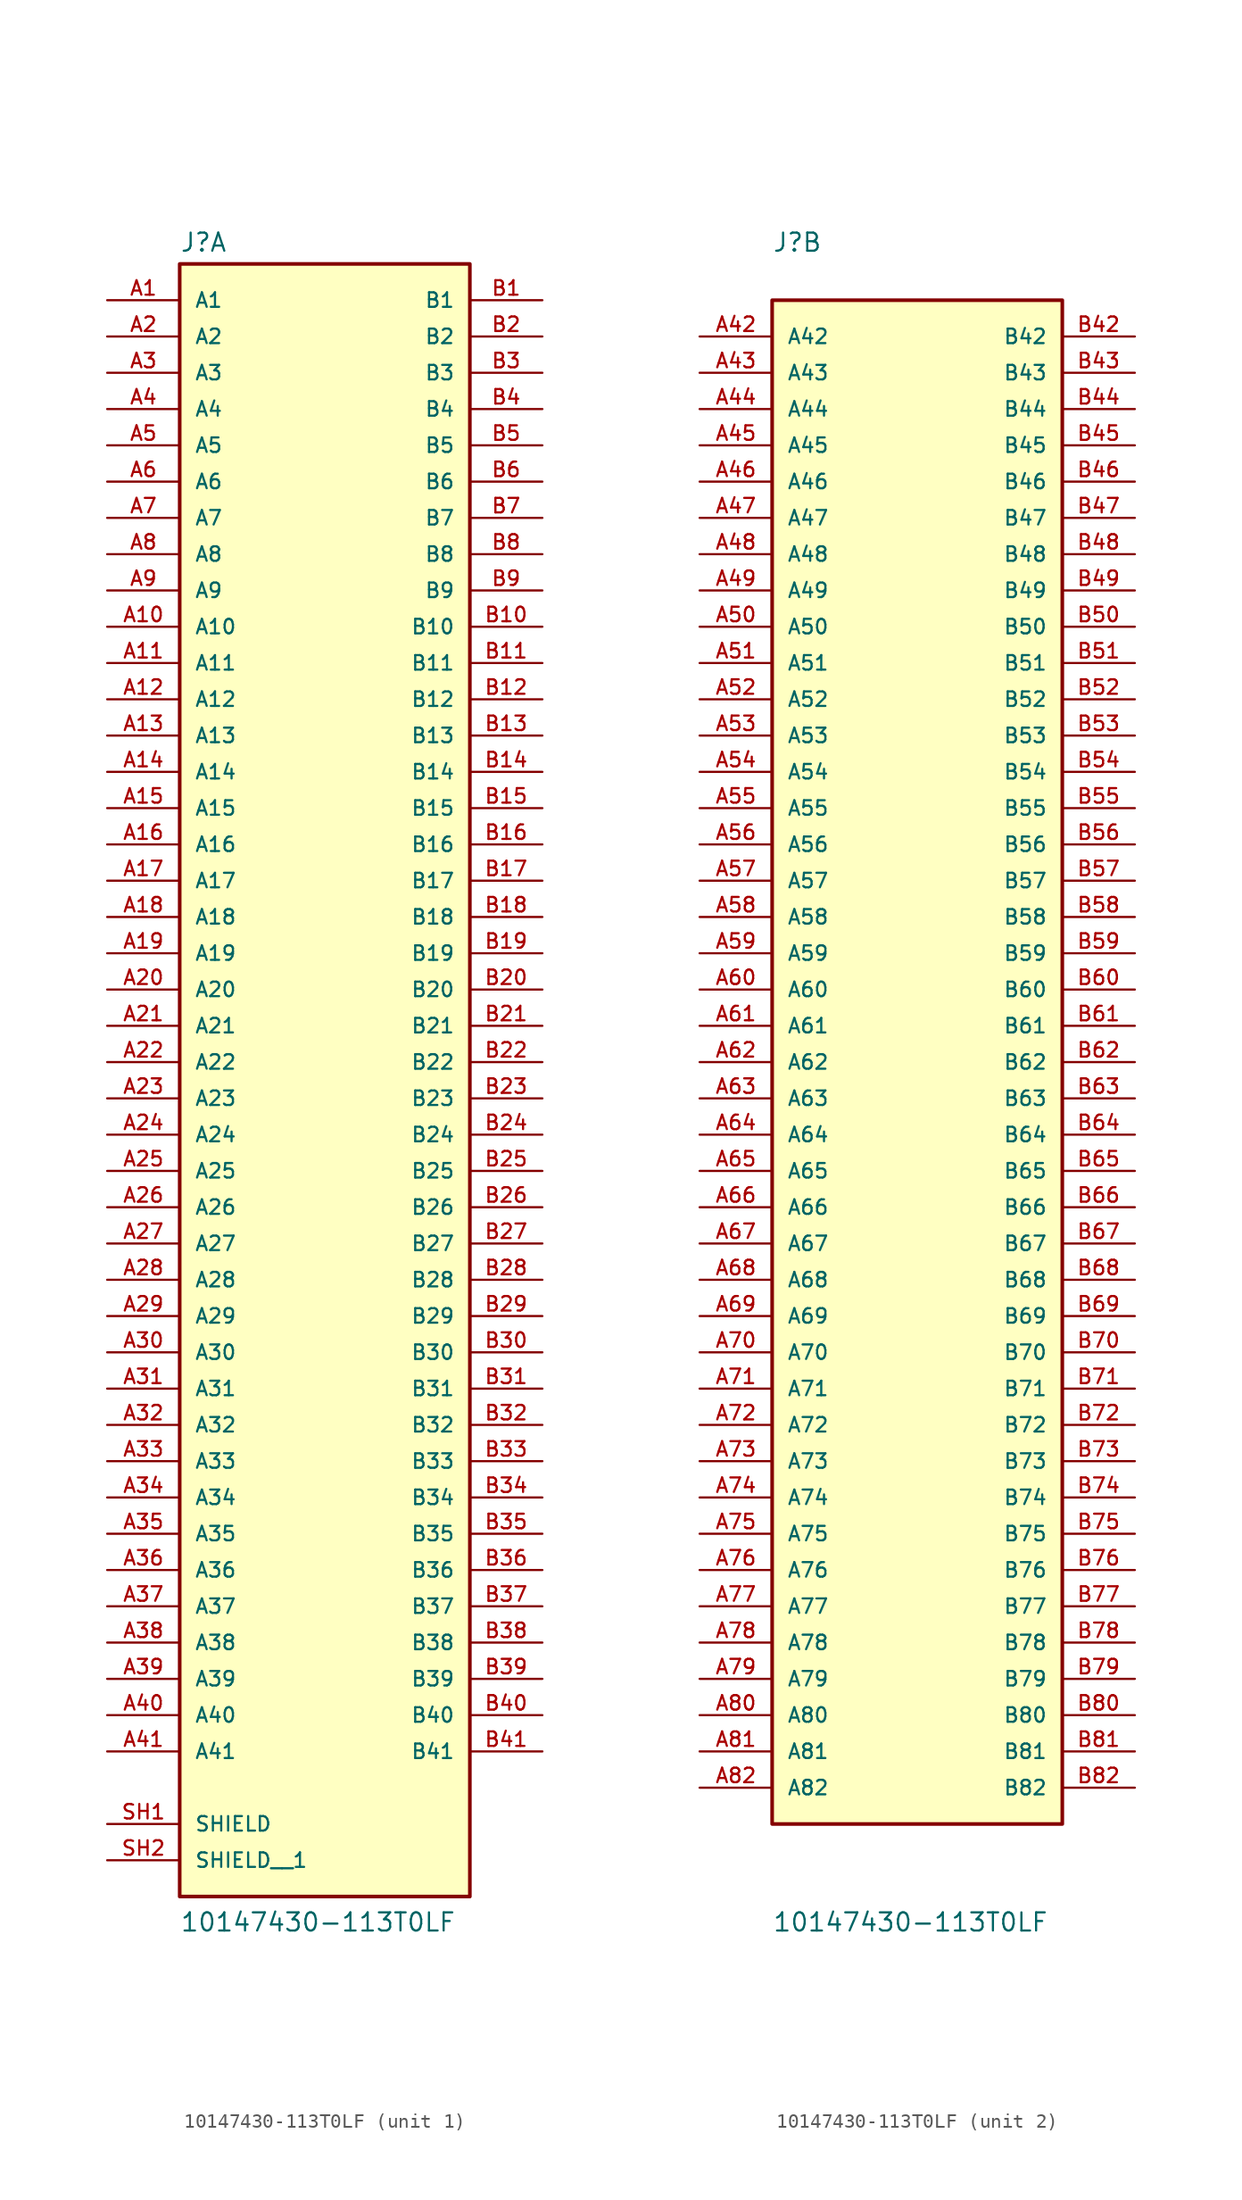
<source format=kicad_sym>
(kicad_symbol_lib
  (version 20231120)
  (generator "kicad_symbol_editor")
  (generator_version "8.0")
  (symbol "10147430-113T0LF"
    (pin_names
      (offset 1.016))
    (property "Reference" "J"
      (at -10.16 56.642 0)
      (effects (font (size 1.27 1.27)) (justify left bottom)))
    (property "Value" "10147430-113T0LF"
      (at -10.16 -60.96 0)
      (effects (font (size 1.27 1.27)) (justify left bottom)))
    (symbol "10147430-113T0LF_1_0"
      (rectangle (start -10.16 55.88) (end 10.16 -58.42) (stroke (width 0.254) (type default)) (fill (type background)))
      (pin passive line (at -15.24 53.34 0) (length 5.08) (name "A1" (effects (font (size 1.016 1.016)))) (number "A1" (effects (font (size 1.016 1.016)))))
      (pin passive line (at -15.24 30.48 0) (length 5.08) (name "A10" (effects (font (size 1.016 1.016)))) (number "A10" (effects (font (size 1.016 1.016)))))
      (pin passive line (at -15.24 27.94 0) (length 5.08) (name "A11" (effects (font (size 1.016 1.016)))) (number "A11" (effects (font (size 1.016 1.016)))))
      (pin passive line (at -15.24 25.4 0) (length 5.08) (name "A12" (effects (font (size 1.016 1.016)))) (number "A12" (effects (font (size 1.016 1.016)))))
      (pin passive line (at -15.24 22.86 0) (length 5.08) (name "A13" (effects (font (size 1.016 1.016)))) (number "A13" (effects (font (size 1.016 1.016)))))
      (pin passive line (at -15.24 20.32 0) (length 5.08) (name "A14" (effects (font (size 1.016 1.016)))) (number "A14" (effects (font (size 1.016 1.016)))))
      (pin passive line (at -15.24 17.78 0) (length 5.08) (name "A15" (effects (font (size 1.016 1.016)))) (number "A15" (effects (font (size 1.016 1.016)))))
      (pin passive line (at -15.24 15.24 0) (length 5.08) (name "A16" (effects (font (size 1.016 1.016)))) (number "A16" (effects (font (size 1.016 1.016)))))
      (pin passive line (at -15.24 12.7 0) (length 5.08) (name "A17" (effects (font (size 1.016 1.016)))) (number "A17" (effects (font (size 1.016 1.016)))))
      (pin passive line (at -15.24 10.16 0) (length 5.08) (name "A18" (effects (font (size 1.016 1.016)))) (number "A18" (effects (font (size 1.016 1.016)))))
      (pin passive line (at -15.24 7.62 0) (length 5.08) (name "A19" (effects (font (size 1.016 1.016)))) (number "A19" (effects (font (size 1.016 1.016)))))
      (pin passive line (at -15.24 50.8 0) (length 5.08) (name "A2" (effects (font (size 1.016 1.016)))) (number "A2" (effects (font (size 1.016 1.016)))))
      (pin passive line (at -15.24 5.08 0) (length 5.08) (name "A20" (effects (font (size 1.016 1.016)))) (number "A20" (effects (font (size 1.016 1.016)))))
      (pin passive line (at -15.24 2.54 0) (length 5.08) (name "A21" (effects (font (size 1.016 1.016)))) (number "A21" (effects (font (size 1.016 1.016)))))
      (pin passive line (at -15.24 0 0) (length 5.08) (name "A22" (effects (font (size 1.016 1.016)))) (number "A22" (effects (font (size 1.016 1.016)))))
      (pin passive line (at -15.24 -2.54 0) (length 5.08) (name "A23" (effects (font (size 1.016 1.016)))) (number "A23" (effects (font (size 1.016 1.016)))))
      (pin passive line (at -15.24 -5.08 0) (length 5.08) (name "A24" (effects (font (size 1.016 1.016)))) (number "A24" (effects (font (size 1.016 1.016)))))
      (pin passive line (at -15.24 -7.62 0) (length 5.08) (name "A25" (effects (font (size 1.016 1.016)))) (number "A25" (effects (font (size 1.016 1.016)))))
      (pin passive line (at -15.24 -10.16 0) (length 5.08) (name "A26" (effects (font (size 1.016 1.016)))) (number "A26" (effects (font (size 1.016 1.016)))))
      (pin passive line (at -15.24 -12.7 0) (length 5.08) (name "A27" (effects (font (size 1.016 1.016)))) (number "A27" (effects (font (size 1.016 1.016)))))
      (pin passive line (at -15.24 -15.24 0) (length 5.08) (name "A28" (effects (font (size 1.016 1.016)))) (number "A28" (effects (font (size 1.016 1.016)))))
      (pin passive line (at -15.24 -17.78 0) (length 5.08) (name "A29" (effects (font (size 1.016 1.016)))) (number "A29" (effects (font (size 1.016 1.016)))))
      (pin passive line (at -15.24 48.26 0) (length 5.08) (name "A3" (effects (font (size 1.016 1.016)))) (number "A3" (effects (font (size 1.016 1.016)))))
      (pin passive line (at -15.24 -20.32 0) (length 5.08) (name "A30" (effects (font (size 1.016 1.016)))) (number "A30" (effects (font (size 1.016 1.016)))))
      (pin passive line (at -15.24 -22.86 0) (length 5.08) (name "A31" (effects (font (size 1.016 1.016)))) (number "A31" (effects (font (size 1.016 1.016)))))
      (pin passive line (at -15.24 -25.4 0) (length 5.08) (name "A32" (effects (font (size 1.016 1.016)))) (number "A32" (effects (font (size 1.016 1.016)))))
      (pin passive line (at -15.24 -27.94 0) (length 5.08) (name "A33" (effects (font (size 1.016 1.016)))) (number "A33" (effects (font (size 1.016 1.016)))))
      (pin passive line (at -15.24 -30.48 0) (length 5.08) (name "A34" (effects (font (size 1.016 1.016)))) (number "A34" (effects (font (size 1.016 1.016)))))
      (pin passive line (at -15.24 -33.02 0) (length 5.08) (name "A35" (effects (font (size 1.016 1.016)))) (number "A35" (effects (font (size 1.016 1.016)))))
      (pin passive line (at -15.24 -35.56 0) (length 5.08) (name "A36" (effects (font (size 1.016 1.016)))) (number "A36" (effects (font (size 1.016 1.016)))))
      (pin passive line (at -15.24 -38.1 0) (length 5.08) (name "A37" (effects (font (size 1.016 1.016)))) (number "A37" (effects (font (size 1.016 1.016)))))
      (pin passive line (at -15.24 -40.64 0) (length 5.08) (name "A38" (effects (font (size 1.016 1.016)))) (number "A38" (effects (font (size 1.016 1.016)))))
      (pin passive line (at -15.24 -43.18 0) (length 5.08) (name "A39" (effects (font (size 1.016 1.016)))) (number "A39" (effects (font (size 1.016 1.016)))))
      (pin passive line (at -15.24 45.72 0) (length 5.08) (name "A4" (effects (font (size 1.016 1.016)))) (number "A4" (effects (font (size 1.016 1.016)))))
      (pin passive line (at -15.24 -45.72 0) (length 5.08) (name "A40" (effects (font (size 1.016 1.016)))) (number "A40" (effects (font (size 1.016 1.016)))))
      (pin passive line (at -15.24 -48.26 0) (length 5.08) (name "A41" (effects (font (size 1.016 1.016)))) (number "A41" (effects (font (size 1.016 1.016)))))
      (pin passive line (at -15.24 43.18 0) (length 5.08) (name "A5" (effects (font (size 1.016 1.016)))) (number "A5" (effects (font (size 1.016 1.016)))))
      (pin passive line (at -15.24 40.64 0) (length 5.08) (name "A6" (effects (font (size 1.016 1.016)))) (number "A6" (effects (font (size 1.016 1.016)))))
      (pin passive line (at -15.24 38.1 0) (length 5.08) (name "A7" (effects (font (size 1.016 1.016)))) (number "A7" (effects (font (size 1.016 1.016)))))
      (pin passive line (at -15.24 35.56 0) (length 5.08) (name "A8" (effects (font (size 1.016 1.016)))) (number "A8" (effects (font (size 1.016 1.016)))))
      (pin passive line (at -15.24 33.02 0) (length 5.08) (name "A9" (effects (font (size 1.016 1.016)))) (number "A9" (effects (font (size 1.016 1.016)))))
      (pin passive line (at 15.24 53.34 180) (length 5.08) (name "B1" (effects (font (size 1.016 1.016)))) (number "B1" (effects (font (size 1.016 1.016)))))
      (pin passive line (at 15.24 30.48 180) (length 5.08) (name "B10" (effects (font (size 1.016 1.016)))) (number "B10" (effects (font (size 1.016 1.016)))))
      (pin passive line (at 15.24 27.94 180) (length 5.08) (name "B11" (effects (font (size 1.016 1.016)))) (number "B11" (effects (font (size 1.016 1.016)))))
      (pin passive line (at 15.24 25.4 180) (length 5.08) (name "B12" (effects (font (size 1.016 1.016)))) (number "B12" (effects (font (size 1.016 1.016)))))
      (pin passive line (at 15.24 22.86 180) (length 5.08) (name "B13" (effects (font (size 1.016 1.016)))) (number "B13" (effects (font (size 1.016 1.016)))))
      (pin passive line (at 15.24 20.32 180) (length 5.08) (name "B14" (effects (font (size 1.016 1.016)))) (number "B14" (effects (font (size 1.016 1.016)))))
      (pin passive line (at 15.24 17.78 180) (length 5.08) (name "B15" (effects (font (size 1.016 1.016)))) (number "B15" (effects (font (size 1.016 1.016)))))
      (pin passive line (at 15.24 15.24 180) (length 5.08) (name "B16" (effects (font (size 1.016 1.016)))) (number "B16" (effects (font (size 1.016 1.016)))))
      (pin passive line (at 15.24 12.7 180) (length 5.08) (name "B17" (effects (font (size 1.016 1.016)))) (number "B17" (effects (font (size 1.016 1.016)))))
      (pin passive line (at 15.24 10.16 180) (length 5.08) (name "B18" (effects (font (size 1.016 1.016)))) (number "B18" (effects (font (size 1.016 1.016)))))
      (pin passive line (at 15.24 7.62 180) (length 5.08) (name "B19" (effects (font (size 1.016 1.016)))) (number "B19" (effects (font (size 1.016 1.016)))))
      (pin passive line (at 15.24 50.8 180) (length 5.08) (name "B2" (effects (font (size 1.016 1.016)))) (number "B2" (effects (font (size 1.016 1.016)))))
      (pin passive line (at 15.24 5.08 180) (length 5.08) (name "B20" (effects (font (size 1.016 1.016)))) (number "B20" (effects (font (size 1.016 1.016)))))
      (pin passive line (at 15.24 2.54 180) (length 5.08) (name "B21" (effects (font (size 1.016 1.016)))) (number "B21" (effects (font (size 1.016 1.016)))))
      (pin passive line (at 15.24 0 180) (length 5.08) (name "B22" (effects (font (size 1.016 1.016)))) (number "B22" (effects (font (size 1.016 1.016)))))
      (pin passive line (at 15.24 -2.54 180) (length 5.08) (name "B23" (effects (font (size 1.016 1.016)))) (number "B23" (effects (font (size 1.016 1.016)))))
      (pin passive line (at 15.24 -5.08 180) (length 5.08) (name "B24" (effects (font (size 1.016 1.016)))) (number "B24" (effects (font (size 1.016 1.016)))))
      (pin passive line (at 15.24 -7.62 180) (length 5.08) (name "B25" (effects (font (size 1.016 1.016)))) (number "B25" (effects (font (size 1.016 1.016)))))
      (pin passive line (at 15.24 -10.16 180) (length 5.08) (name "B26" (effects (font (size 1.016 1.016)))) (number "B26" (effects (font (size 1.016 1.016)))))
      (pin passive line (at 15.24 -12.7 180) (length 5.08) (name "B27" (effects (font (size 1.016 1.016)))) (number "B27" (effects (font (size 1.016 1.016)))))
      (pin passive line (at 15.24 -15.24 180) (length 5.08) (name "B28" (effects (font (size 1.016 1.016)))) (number "B28" (effects (font (size 1.016 1.016)))))
      (pin passive line (at 15.24 -17.78 180) (length 5.08) (name "B29" (effects (font (size 1.016 1.016)))) (number "B29" (effects (font (size 1.016 1.016)))))
      (pin passive line (at 15.24 48.26 180) (length 5.08) (name "B3" (effects (font (size 1.016 1.016)))) (number "B3" (effects (font (size 1.016 1.016)))))
      (pin passive line (at 15.24 -20.32 180) (length 5.08) (name "B30" (effects (font (size 1.016 1.016)))) (number "B30" (effects (font (size 1.016 1.016)))))
      (pin passive line (at 15.24 -22.86 180) (length 5.08) (name "B31" (effects (font (size 1.016 1.016)))) (number "B31" (effects (font (size 1.016 1.016)))))
      (pin passive line (at 15.24 -25.4 180) (length 5.08) (name "B32" (effects (font (size 1.016 1.016)))) (number "B32" (effects (font (size 1.016 1.016)))))
      (pin passive line (at 15.24 -27.94 180) (length 5.08) (name "B33" (effects (font (size 1.016 1.016)))) (number "B33" (effects (font (size 1.016 1.016)))))
      (pin passive line (at 15.24 -30.48 180) (length 5.08) (name "B34" (effects (font (size 1.016 1.016)))) (number "B34" (effects (font (size 1.016 1.016)))))
      (pin passive line (at 15.24 -33.02 180) (length 5.08) (name "B35" (effects (font (size 1.016 1.016)))) (number "B35" (effects (font (size 1.016 1.016)))))
      (pin passive line (at 15.24 -35.56 180) (length 5.08) (name "B36" (effects (font (size 1.016 1.016)))) (number "B36" (effects (font (size 1.016 1.016)))))
      (pin passive line (at 15.24 -38.1 180) (length 5.08) (name "B37" (effects (font (size 1.016 1.016)))) (number "B37" (effects (font (size 1.016 1.016)))))
      (pin passive line (at 15.24 -40.64 180) (length 5.08) (name "B38" (effects (font (size 1.016 1.016)))) (number "B38" (effects (font (size 1.016 1.016)))))
      (pin passive line (at 15.24 -43.18 180) (length 5.08) (name "B39" (effects (font (size 1.016 1.016)))) (number "B39" (effects (font (size 1.016 1.016)))))
      (pin passive line (at 15.24 45.72 180) (length 5.08) (name "B4" (effects (font (size 1.016 1.016)))) (number "B4" (effects (font (size 1.016 1.016)))))
      (pin passive line (at 15.24 -45.72 180) (length 5.08) (name "B40" (effects (font (size 1.016 1.016)))) (number "B40" (effects (font (size 1.016 1.016)))))
      (pin passive line (at 15.24 -48.26 180) (length 5.08) (name "B41" (effects (font (size 1.016 1.016)))) (number "B41" (effects (font (size 1.016 1.016)))))
      (pin passive line (at 15.24 43.18 180) (length 5.08) (name "B5" (effects (font (size 1.016 1.016)))) (number "B5" (effects (font (size 1.016 1.016)))))
      (pin passive line (at 15.24 40.64 180) (length 5.08) (name "B6" (effects (font (size 1.016 1.016)))) (number "B6" (effects (font (size 1.016 1.016)))))
      (pin passive line (at 15.24 38.1 180) (length 5.08) (name "B7" (effects (font (size 1.016 1.016)))) (number "B7" (effects (font (size 1.016 1.016)))))
      (pin passive line (at 15.24 35.56 180) (length 5.08) (name "B8" (effects (font (size 1.016 1.016)))) (number "B8" (effects (font (size 1.016 1.016)))))
      (pin passive line (at 15.24 33.02 180) (length 5.08) (name "B9" (effects (font (size 1.016 1.016)))) (number "B9" (effects (font (size 1.016 1.016)))))
      (pin passive line (at -15.24 -53.34 0) (length 5.08) (name "SHIELD" (effects (font (size 1.016 1.016)))) (number "SH1" (effects (font (size 1.016 1.016)))))
      (pin passive line (at -15.24 -55.88 0) (length 5.08) (name "SHIELD__1" (effects (font (size 1.016 1.016)))) (number "SH2" (effects (font (size 1.016 1.016))))))
    (symbol "10147430-113T0LF_2_0"
      (rectangle (start -10.16 -53.34) (end 10.16 53.34) (stroke (width 0.254) (type default)) (fill (type background)))
      (pin passive line (at -15.24 50.8 0) (length 5.08) (name "A42" (effects (font (size 1.016 1.016)))) (number "A42" (effects (font (size 1.016 1.016)))))
      (pin passive line (at -15.24 48.26 0) (length 5.08) (name "A43" (effects (font (size 1.016 1.016)))) (number "A43" (effects (font (size 1.016 1.016)))))
      (pin passive line (at -15.24 45.72 0) (length 5.08) (name "A44" (effects (font (size 1.016 1.016)))) (number "A44" (effects (font (size 1.016 1.016)))))
      (pin passive line (at -15.24 43.18 0) (length 5.08) (name "A45" (effects (font (size 1.016 1.016)))) (number "A45" (effects (font (size 1.016 1.016)))))
      (pin passive line (at -15.24 40.64 0) (length 5.08) (name "A46" (effects (font (size 1.016 1.016)))) (number "A46" (effects (font (size 1.016 1.016)))))
      (pin passive line (at -15.24 38.1 0) (length 5.08) (name "A47" (effects (font (size 1.016 1.016)))) (number "A47" (effects (font (size 1.016 1.016)))))
      (pin passive line (at -15.24 35.56 0) (length 5.08) (name "A48" (effects (font (size 1.016 1.016)))) (number "A48" (effects (font (size 1.016 1.016)))))
      (pin passive line (at -15.24 33.02 0) (length 5.08) (name "A49" (effects (font (size 1.016 1.016)))) (number "A49" (effects (font (size 1.016 1.016)))))
      (pin passive line (at -15.24 30.48 0) (length 5.08) (name "A50" (effects (font (size 1.016 1.016)))) (number "A50" (effects (font (size 1.016 1.016)))))
      (pin passive line (at -15.24 27.94 0) (length 5.08) (name "A51" (effects (font (size 1.016 1.016)))) (number "A51" (effects (font (size 1.016 1.016)))))
      (pin passive line (at -15.24 25.4 0) (length 5.08) (name "A52" (effects (font (size 1.016 1.016)))) (number "A52" (effects (font (size 1.016 1.016)))))
      (pin passive line (at -15.24 22.86 0) (length 5.08) (name "A53" (effects (font (size 1.016 1.016)))) (number "A53" (effects (font (size 1.016 1.016)))))
      (pin passive line (at -15.24 20.32 0) (length 5.08) (name "A54" (effects (font (size 1.016 1.016)))) (number "A54" (effects (font (size 1.016 1.016)))))
      (pin passive line (at -15.24 17.78 0) (length 5.08) (name "A55" (effects (font (size 1.016 1.016)))) (number "A55" (effects (font (size 1.016 1.016)))))
      (pin passive line (at -15.24 15.24 0) (length 5.08) (name "A56" (effects (font (size 1.016 1.016)))) (number "A56" (effects (font (size 1.016 1.016)))))
      (pin passive line (at -15.24 12.7 0) (length 5.08) (name "A57" (effects (font (size 1.016 1.016)))) (number "A57" (effects (font (size 1.016 1.016)))))
      (pin passive line (at -15.24 10.16 0) (length 5.08) (name "A58" (effects (font (size 1.016 1.016)))) (number "A58" (effects (font (size 1.016 1.016)))))
      (pin passive line (at -15.24 7.62 0) (length 5.08) (name "A59" (effects (font (size 1.016 1.016)))) (number "A59" (effects (font (size 1.016 1.016)))))
      (pin passive line (at -15.24 5.08 0) (length 5.08) (name "A60" (effects (font (size 1.016 1.016)))) (number "A60" (effects (font (size 1.016 1.016)))))
      (pin passive line (at -15.24 2.54 0) (length 5.08) (name "A61" (effects (font (size 1.016 1.016)))) (number "A61" (effects (font (size 1.016 1.016)))))
      (pin passive line (at -15.24 0 0) (length 5.08) (name "A62" (effects (font (size 1.016 1.016)))) (number "A62" (effects (font (size 1.016 1.016)))))
      (pin passive line (at -15.24 -2.54 0) (length 5.08) (name "A63" (effects (font (size 1.016 1.016)))) (number "A63" (effects (font (size 1.016 1.016)))))
      (pin passive line (at -15.24 -5.08 0) (length 5.08) (name "A64" (effects (font (size 1.016 1.016)))) (number "A64" (effects (font (size 1.016 1.016)))))
      (pin passive line (at -15.24 -7.62 0) (length 5.08) (name "A65" (effects (font (size 1.016 1.016)))) (number "A65" (effects (font (size 1.016 1.016)))))
      (pin passive line (at -15.24 -10.16 0) (length 5.08) (name "A66" (effects (font (size 1.016 1.016)))) (number "A66" (effects (font (size 1.016 1.016)))))
      (pin passive line (at -15.24 -12.7 0) (length 5.08) (name "A67" (effects (font (size 1.016 1.016)))) (number "A67" (effects (font (size 1.016 1.016)))))
      (pin passive line (at -15.24 -15.24 0) (length 5.08) (name "A68" (effects (font (size 1.016 1.016)))) (number "A68" (effects (font (size 1.016 1.016)))))
      (pin passive line (at -15.24 -17.78 0) (length 5.08) (name "A69" (effects (font (size 1.016 1.016)))) (number "A69" (effects (font (size 1.016 1.016)))))
      (pin passive line (at -15.24 -20.32 0) (length 5.08) (name "A70" (effects (font (size 1.016 1.016)))) (number "A70" (effects (font (size 1.016 1.016)))))
      (pin passive line (at -15.24 -22.86 0) (length 5.08) (name "A71" (effects (font (size 1.016 1.016)))) (number "A71" (effects (font (size 1.016 1.016)))))
      (pin passive line (at -15.24 -25.4 0) (length 5.08) (name "A72" (effects (font (size 1.016 1.016)))) (number "A72" (effects (font (size 1.016 1.016)))))
      (pin passive line (at -15.24 -27.94 0) (length 5.08) (name "A73" (effects (font (size 1.016 1.016)))) (number "A73" (effects (font (size 1.016 1.016)))))
      (pin passive line (at -15.24 -30.48 0) (length 5.08) (name "A74" (effects (font (size 1.016 1.016)))) (number "A74" (effects (font (size 1.016 1.016)))))
      (pin passive line (at -15.24 -33.02 0) (length 5.08) (name "A75" (effects (font (size 1.016 1.016)))) (number "A75" (effects (font (size 1.016 1.016)))))
      (pin passive line (at -15.24 -35.56 0) (length 5.08) (name "A76" (effects (font (size 1.016 1.016)))) (number "A76" (effects (font (size 1.016 1.016)))))
      (pin passive line (at -15.24 -38.1 0) (length 5.08) (name "A77" (effects (font (size 1.016 1.016)))) (number "A77" (effects (font (size 1.016 1.016)))))
      (pin passive line (at -15.24 -40.64 0) (length 5.08) (name "A78" (effects (font (size 1.016 1.016)))) (number "A78" (effects (font (size 1.016 1.016)))))
      (pin passive line (at -15.24 -43.18 0) (length 5.08) (name "A79" (effects (font (size 1.016 1.016)))) (number "A79" (effects (font (size 1.016 1.016)))))
      (pin passive line (at -15.24 -45.72 0) (length 5.08) (name "A80" (effects (font (size 1.016 1.016)))) (number "A80" (effects (font (size 1.016 1.016)))))
      (pin passive line (at -15.24 -48.26 0) (length 5.08) (name "A81" (effects (font (size 1.016 1.016)))) (number "A81" (effects (font (size 1.016 1.016)))))
      (pin passive line (at -15.24 -50.8 0) (length 5.08) (name "A82" (effects (font (size 1.016 1.016)))) (number "A82" (effects (font (size 1.016 1.016)))))
      (pin passive line (at 15.24 50.8 180) (length 5.08) (name "B42" (effects (font (size 1.016 1.016)))) (number "B42" (effects (font (size 1.016 1.016)))))
      (pin passive line (at 15.24 48.26 180) (length 5.08) (name "B43" (effects (font (size 1.016 1.016)))) (number "B43" (effects (font (size 1.016 1.016)))))
      (pin passive line (at 15.24 45.72 180) (length 5.08) (name "B44" (effects (font (size 1.016 1.016)))) (number "B44" (effects (font (size 1.016 1.016)))))
      (pin passive line (at 15.24 43.18 180) (length 5.08) (name "B45" (effects (font (size 1.016 1.016)))) (number "B45" (effects (font (size 1.016 1.016)))))
      (pin passive line (at 15.24 40.64 180) (length 5.08) (name "B46" (effects (font (size 1.016 1.016)))) (number "B46" (effects (font (size 1.016 1.016)))))
      (pin passive line (at 15.24 38.1 180) (length 5.08) (name "B47" (effects (font (size 1.016 1.016)))) (number "B47" (effects (font (size 1.016 1.016)))))
      (pin passive line (at 15.24 35.56 180) (length 5.08) (name "B48" (effects (font (size 1.016 1.016)))) (number "B48" (effects (font (size 1.016 1.016)))))
      (pin passive line (at 15.24 33.02 180) (length 5.08) (name "B49" (effects (font (size 1.016 1.016)))) (number "B49" (effects (font (size 1.016 1.016)))))
      (pin passive line (at 15.24 30.48 180) (length 5.08) (name "B50" (effects (font (size 1.016 1.016)))) (number "B50" (effects (font (size 1.016 1.016)))))
      (pin passive line (at 15.24 27.94 180) (length 5.08) (name "B51" (effects (font (size 1.016 1.016)))) (number "B51" (effects (font (size 1.016 1.016)))))
      (pin passive line (at 15.24 25.4 180) (length 5.08) (name "B52" (effects (font (size 1.016 1.016)))) (number "B52" (effects (font (size 1.016 1.016)))))
      (pin passive line (at 15.24 22.86 180) (length 5.08) (name "B53" (effects (font (size 1.016 1.016)))) (number "B53" (effects (font (size 1.016 1.016)))))
      (pin passive line (at 15.24 20.32 180) (length 5.08) (name "B54" (effects (font (size 1.016 1.016)))) (number "B54" (effects (font (size 1.016 1.016)))))
      (pin passive line (at 15.24 17.78 180) (length 5.08) (name "B55" (effects (font (size 1.016 1.016)))) (number "B55" (effects (font (size 1.016 1.016)))))
      (pin passive line (at 15.24 15.24 180) (length 5.08) (name "B56" (effects (font (size 1.016 1.016)))) (number "B56" (effects (font (size 1.016 1.016)))))
      (pin passive line (at 15.24 12.7 180) (length 5.08) (name "B57" (effects (font (size 1.016 1.016)))) (number "B57" (effects (font (size 1.016 1.016)))))
      (pin passive line (at 15.24 10.16 180) (length 5.08) (name "B58" (effects (font (size 1.016 1.016)))) (number "B58" (effects (font (size 1.016 1.016)))))
      (pin passive line (at 15.24 7.62 180) (length 5.08) (name "B59" (effects (font (size 1.016 1.016)))) (number "B59" (effects (font (size 1.016 1.016)))))
      (pin passive line (at 15.24 5.08 180) (length 5.08) (name "B60" (effects (font (size 1.016 1.016)))) (number "B60" (effects (font (size 1.016 1.016)))))
      (pin passive line (at 15.24 2.54 180) (length 5.08) (name "B61" (effects (font (size 1.016 1.016)))) (number "B61" (effects (font (size 1.016 1.016)))))
      (pin passive line (at 15.24 0 180) (length 5.08) (name "B62" (effects (font (size 1.016 1.016)))) (number "B62" (effects (font (size 1.016 1.016)))))
      (pin passive line (at 15.24 -2.54 180) (length 5.08) (name "B63" (effects (font (size 1.016 1.016)))) (number "B63" (effects (font (size 1.016 1.016)))))
      (pin passive line (at 15.24 -5.08 180) (length 5.08) (name "B64" (effects (font (size 1.016 1.016)))) (number "B64" (effects (font (size 1.016 1.016)))))
      (pin passive line (at 15.24 -7.62 180) (length 5.08) (name "B65" (effects (font (size 1.016 1.016)))) (number "B65" (effects (font (size 1.016 1.016)))))
      (pin passive line (at 15.24 -10.16 180) (length 5.08) (name "B66" (effects (font (size 1.016 1.016)))) (number "B66" (effects (font (size 1.016 1.016)))))
      (pin passive line (at 15.24 -12.7 180) (length 5.08) (name "B67" (effects (font (size 1.016 1.016)))) (number "B67" (effects (font (size 1.016 1.016)))))
      (pin passive line (at 15.24 -15.24 180) (length 5.08) (name "B68" (effects (font (size 1.016 1.016)))) (number "B68" (effects (font (size 1.016 1.016)))))
      (pin passive line (at 15.24 -17.78 180) (length 5.08) (name "B69" (effects (font (size 1.016 1.016)))) (number "B69" (effects (font (size 1.016 1.016)))))
      (pin passive line (at 15.24 -20.32 180) (length 5.08) (name "B70" (effects (font (size 1.016 1.016)))) (number "B70" (effects (font (size 1.016 1.016)))))
      (pin passive line (at 15.24 -22.86 180) (length 5.08) (name "B71" (effects (font (size 1.016 1.016)))) (number "B71" (effects (font (size 1.016 1.016)))))
      (pin passive line (at 15.24 -25.4 180) (length 5.08) (name "B72" (effects (font (size 1.016 1.016)))) (number "B72" (effects (font (size 1.016 1.016)))))
      (pin passive line (at 15.24 -27.94 180) (length 5.08) (name "B73" (effects (font (size 1.016 1.016)))) (number "B73" (effects (font (size 1.016 1.016)))))
      (pin passive line (at 15.24 -30.48 180) (length 5.08) (name "B74" (effects (font (size 1.016 1.016)))) (number "B74" (effects (font (size 1.016 1.016)))))
      (pin passive line (at 15.24 -33.02 180) (length 5.08) (name "B75" (effects (font (size 1.016 1.016)))) (number "B75" (effects (font (size 1.016 1.016)))))
      (pin passive line (at 15.24 -35.56 180) (length 5.08) (name "B76" (effects (font (size 1.016 1.016)))) (number "B76" (effects (font (size 1.016 1.016)))))
      (pin passive line (at 15.24 -38.1 180) (length 5.08) (name "B77" (effects (font (size 1.016 1.016)))) (number "B77" (effects (font (size 1.016 1.016)))))
      (pin passive line (at 15.24 -40.64 180) (length 5.08) (name "B78" (effects (font (size 1.016 1.016)))) (number "B78" (effects (font (size 1.016 1.016)))))
      (pin passive line (at 15.24 -43.18 180) (length 5.08) (name "B79" (effects (font (size 1.016 1.016)))) (number "B79" (effects (font (size 1.016 1.016)))))
      (pin passive line (at 15.24 -45.72 180) (length 5.08) (name "B80" (effects (font (size 1.016 1.016)))) (number "B80" (effects (font (size 1.016 1.016)))))
      (pin passive line (at 15.24 -48.26 180) (length 5.08) (name "B81" (effects (font (size 1.016 1.016)))) (number "B81" (effects (font (size 1.016 1.016)))))
      (pin passive line (at 15.24 -50.8 180) (length 5.08) (name "B82" (effects (font (size 1.016 1.016)))) (number "B82" (effects (font (size 1.016 1.016))))))))
</source>
